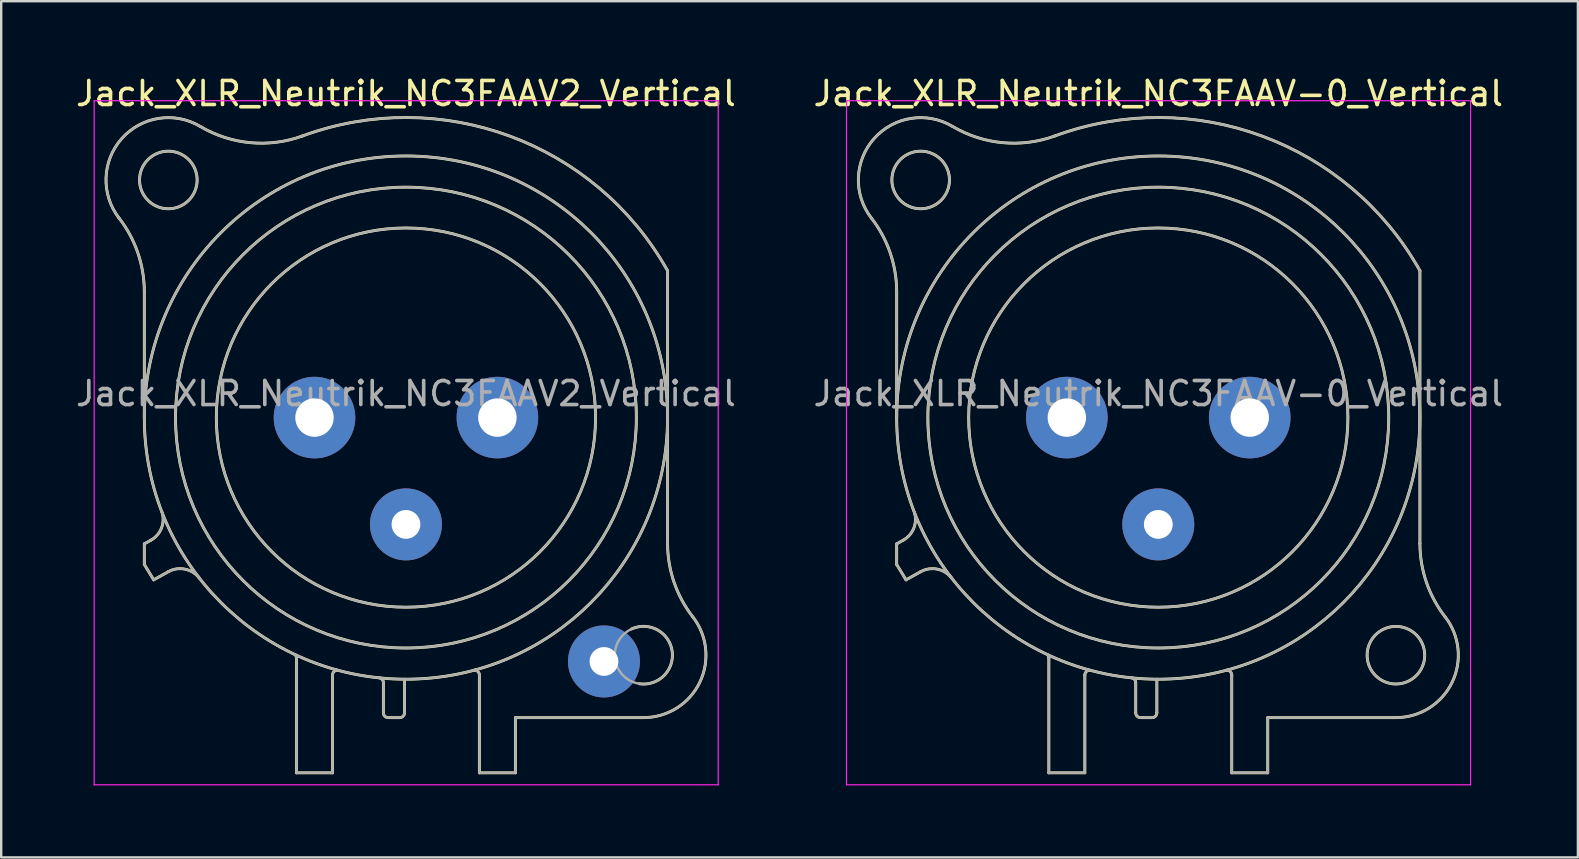
<source format=kicad_pcb>
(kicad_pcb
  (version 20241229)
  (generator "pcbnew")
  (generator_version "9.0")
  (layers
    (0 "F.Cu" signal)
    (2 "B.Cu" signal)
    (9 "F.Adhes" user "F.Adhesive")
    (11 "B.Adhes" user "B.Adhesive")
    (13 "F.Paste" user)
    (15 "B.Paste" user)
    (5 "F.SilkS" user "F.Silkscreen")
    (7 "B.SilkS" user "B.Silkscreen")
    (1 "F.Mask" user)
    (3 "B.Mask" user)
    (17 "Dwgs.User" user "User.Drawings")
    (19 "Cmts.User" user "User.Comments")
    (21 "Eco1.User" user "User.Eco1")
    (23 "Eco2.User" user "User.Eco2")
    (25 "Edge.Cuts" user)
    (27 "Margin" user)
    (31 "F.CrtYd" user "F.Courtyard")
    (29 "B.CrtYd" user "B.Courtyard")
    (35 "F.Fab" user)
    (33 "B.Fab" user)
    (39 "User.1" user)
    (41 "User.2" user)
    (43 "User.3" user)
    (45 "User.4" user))
  (footprint "Jack_XLR_Neutrik_NC3FAAV-0_Vertical"
    (layer "F.Cu")
    (at 49.018 14.348)
    (property "Reference" "Jack_XLR_Neutrik_NC3FAAV-0_Vertical" (at -3.81 -13.5 0) (layer "F.SilkS") (effects (font (size 1 1) (thickness 0.15))))
    (attr through_hole)
    (fp_line (start -14.71 0) (end -14.71 -5.24) (stroke (width 0.12) (type solid)) (layer "F.SilkS"))
    (fp_line (start -14.71 5.26) (end -14.44 5.11) (stroke (width 0.12) (type solid)) (layer "F.SilkS"))
    (fp_line (start -14.71 6.12) (end -14.71 5.26) (stroke (width 0.12) (type solid)) (layer "F.SilkS"))
    (fp_line (start -14.32 6.76) (end -14.71 6.12) (stroke (width 0.12) (type solid)) (layer "F.SilkS"))
    (fp_line (start -13.71 6.42) (end -14.32 6.76) (stroke (width 0.12) (type solid)) (layer "F.SilkS"))
    (fp_line (start -8.37 10.03) (end -8.37 14.8) (stroke (width 0.12) (type solid)) (layer "F.SilkS"))
    (fp_line (start -6.87 14.8) (end -8.37 14.8) (stroke (width 0.12) (type solid)) (layer "F.SilkS"))
    (fp_line (start -6.87 14.8) (end -6.87 10.73) (stroke (width 0.12) (type solid)) (layer "F.SilkS"))
    (fp_line (start -4.75 11.04) (end -4.75 12.3) (stroke (width 0.12) (type solid)) (layer "F.SilkS"))
    (fp_line (start -4.07 12.5) (end -4.55 12.5) (stroke (width 0.12) (type solid)) (layer "F.SilkS"))
    (fp_line (start -3.87 10.9) (end -3.87 12.3) (stroke (width 0.12) (type solid)) (layer "F.SilkS"))
    (fp_line (start -0.75 10.73) (end -0.75 10.73) (stroke (width 0.12) (type solid)) (layer "F.SilkS"))
    (fp_line (start -0.75 14.8) (end -0.75 10.73) (stroke (width 0.12) (type solid)) (layer "F.SilkS"))
    (fp_line (start 0.75 12.5) (end 6.09 12.5) (stroke (width 0.12) (type solid)) (layer "F.SilkS"))
    (fp_line (start 0.75 14.8) (end -0.75 14.8) (stroke (width 0.12) (type solid)) (layer "F.SilkS"))
    (fp_line (start 0.75 14.8) (end 0.75 12.5) (stroke (width 0.12) (type solid)) (layer "F.SilkS"))
    (fp_line (start 7.09 5.24) (end 7.09 -6.12) (stroke (width 0.12) (type solid)) (layer "F.SilkS"))
    (fp_arc (start -15.766689 -8.317569) (mid -14.98153 -6.866962) (end -14.71 -5.24) (stroke (width 0.12) (type solid)) (layer "F.SilkS"))
    (fp_arc (start -15.761979 -8.309032) (mid -15.65429 -11.620911) (end -12.38 -12.13) (stroke (width 0.12) (type solid)) (layer "F.SilkS"))
    (fp_arc (start -13.969214 3.951372) (mid -13.999461 4.614043) (end -14.44 5.11) (stroke (width 0.12) (type solid)) (layer "F.SilkS"))
    (fp_arc (start -13.71 6.42) (mid -13.01025 6.315915) (end -12.412202 6.693832) (stroke (width 0.12) (type solid)) (layer "F.SilkS"))
    (fp_arc (start -8.436364 9.870864) (mid -8.385177 9.942924) (end -8.37 10.03) (stroke (width 0.12) (type solid)) (layer "F.SilkS"))
    (fp_arc (start -8.12905 -11.730738) (mid 0.51404 -11.7289) (end 7.09 -6.12) (stroke (width 0.12) (type solid)) (layer "F.SilkS"))
    (fp_arc (start -8.118081 -11.733841) (mid -10.293498 -11.453642) (end -12.38 -12.13) (stroke (width 0.12) (type solid)) (layer "F.SilkS"))
    (fp_arc (start -6.87 10.73) (mid -6.814828 10.588126) (end -6.678303 10.520799) (stroke (width 0.12) (type solid)) (layer "F.SilkS"))
    (fp_arc (start -4.908418 10.84437) (mid -4.794571 10.914136) (end -4.75 11.04) (stroke (width 0.12) (type solid)) (layer "F.SilkS"))
    (fp_arc (start -4.55 12.5) (mid -4.691421 12.441421) (end -4.75 12.3) (stroke (width 0.12) (type solid)) (layer "F.SilkS"))
    (fp_arc (start -3.87 12.3) (mid -3.928579 12.441421) (end -4.07 12.5) (stroke (width 0.12) (type solid)) (layer "F.SilkS"))
    (fp_arc (start -0.949009 10.520288) (mid -0.807671 10.585446) (end -0.75 10.73) (stroke (width 0.12) (type solid)) (layer "F.SilkS"))
    (fp_arc (start 8.141619 8.302858) (mid 8.42587 11.041804) (end 6.09 12.5) (stroke (width 0.12) (type solid)) (layer "F.SilkS"))
    (fp_arc (start 8.14247 8.305283) (mid 7.360446 6.860467) (end 7.09 5.24) (stroke (width 0.12) (type solid)) (layer "F.SilkS"))
    (fp_circle (center -13.71 -9.9) (end -12.51 -9.9) (stroke (width 0.12) (type solid)) (fill no) (layer "F.SilkS"))
    (fp_circle (center -3.81 0) (end 4.09 0) (stroke (width 0.12) (type solid)) (fill no) (layer "F.SilkS"))
    (fp_circle (center -3.81 0) (end 5.79 0) (stroke (width 0.12) (type solid)) (fill no) (layer "F.SilkS"))
    (fp_circle (center -3.81 0) (end 7.09 0) (stroke (width 0.12) (type solid)) (fill no) (layer "F.SilkS"))
    (fp_circle (center 6.09 9.9) (end 7.29 9.9) (stroke (width 0.12) (type solid)) (fill no) (layer "F.SilkS"))
    (fp_line (start -16.8 -13.2) (end 9.2 -13.2) (stroke (width 0.05) (type solid)) (layer "F.CrtYd"))
    (fp_line (start -16.8 15.3) (end -16.8 -13.2) (stroke (width 0.05) (type solid)) (layer "F.CrtYd"))
    (fp_line (start 9.2 -13.2) (end 9.2 15.3) (stroke (width 0.05) (type solid)) (layer "F.CrtYd"))
    (fp_line (start 9.2 15.3) (end -16.8 15.3) (stroke (width 0.05) (type solid)) (layer "F.CrtYd"))
    (fp_line (start -14.71 0) (end -14.71 -5.24) (stroke (width 0.1) (type solid)) (layer "F.Fab"))
    (fp_line (start -14.71 5.26) (end -14.44 5.11) (stroke (width 0.1) (type solid)) (layer "F.Fab"))
    (fp_line (start -14.71 6.12) (end -14.71 5.26) (stroke (width 0.1) (type solid)) (layer "F.Fab"))
    (fp_line (start -14.32 6.76) (end -14.71 6.12) (stroke (width 0.1) (type solid)) (layer "F.Fab"))
    (fp_line (start -13.71 6.42) (end -14.32 6.76) (stroke (width 0.1) (type solid)) (layer "F.Fab"))
    (fp_line (start -8.37 10.03) (end -8.37 14.8) (stroke (width 0.1) (type solid)) (layer "F.Fab"))
    (fp_line (start -6.87 14.8) (end -8.37 14.8) (stroke (width 0.1) (type solid)) (layer "F.Fab"))
    (fp_line (start -6.87 14.8) (end -6.87 10.73) (stroke (width 0.1) (type solid)) (layer "F.Fab"))
    (fp_line (start -4.75 11.04) (end -4.75 12.3) (stroke (width 0.1) (type solid)) (layer "F.Fab"))
    (fp_line (start -4.07 12.5) (end -4.55 12.5) (stroke (width 0.1) (type solid)) (layer "F.Fab"))
    (fp_line (start -3.87 10.9) (end -3.87 12.3) (stroke (width 0.1) (type solid)) (layer "F.Fab"))
    (fp_line (start -0.75 10.73) (end -0.75 10.73) (stroke (width 0.1) (type solid)) (layer "F.Fab"))
    (fp_line (start -0.75 14.8) (end -0.75 10.73) (stroke (width 0.1) (type solid)) (layer "F.Fab"))
    (fp_line (start 0.75 12.5) (end 6.09 12.5) (stroke (width 0.1) (type solid)) (layer "F.Fab"))
    (fp_line (start 0.75 14.8) (end -0.75 14.8) (stroke (width 0.1) (type solid)) (layer "F.Fab"))
    (fp_line (start 0.75 14.8) (end 0.75 12.5) (stroke (width 0.1) (type solid)) (layer "F.Fab"))
    (fp_line (start 7.09 5.24) (end 7.09 -6.12) (stroke (width 0.1) (type solid)) (layer "F.Fab"))
    (fp_arc (start -15.766689 -8.317569) (mid -14.98153 -6.866962) (end -14.71 -5.24) (stroke (width 0.1) (type solid)) (layer "F.Fab"))
    (fp_arc (start -15.761979 -8.309032) (mid -15.65429 -11.620911) (end -12.38 -12.13) (stroke (width 0.1) (type solid)) (layer "F.Fab"))
    (fp_arc (start -13.969214 3.951372) (mid -13.999461 4.614043) (end -14.44 5.11) (stroke (width 0.1) (type solid)) (layer "F.Fab"))
    (fp_arc (start -13.71 6.42) (mid -13.01025 6.315915) (end -12.412202 6.693832) (stroke (width 0.1) (type solid)) (layer "F.Fab"))
    (fp_arc (start -8.436364 9.870864) (mid -8.385177 9.942924) (end -8.37 10.03) (stroke (width 0.1) (type solid)) (layer "F.Fab"))
    (fp_arc (start -8.12905 -11.730738) (mid 0.51404 -11.7289) (end 7.09 -6.12) (stroke (width 0.1) (type solid)) (layer "F.Fab"))
    (fp_arc (start -8.118081 -11.733841) (mid -10.293498 -11.453642) (end -12.38 -12.13) (stroke (width 0.1) (type solid)) (layer "F.Fab"))
    (fp_arc (start -6.87 10.73) (mid -6.814828 10.588126) (end -6.678303 10.520799) (stroke (width 0.1) (type solid)) (layer "F.Fab"))
    (fp_arc (start -4.908418 10.84437) (mid -4.794571 10.914136) (end -4.75 11.04) (stroke (width 0.1) (type solid)) (layer "F.Fab"))
    (fp_arc (start -4.55 12.5) (mid -4.691421 12.441421) (end -4.75 12.3) (stroke (width 0.1) (type solid)) (layer "F.Fab"))
    (fp_arc (start -3.87 12.3) (mid -3.928579 12.441421) (end -4.07 12.5) (stroke (width 0.1) (type solid)) (layer "F.Fab"))
    (fp_arc (start -0.949009 10.520288) (mid -0.807671 10.585446) (end -0.75 10.73) (stroke (width 0.1) (type solid)) (layer "F.Fab"))
    (fp_arc (start 8.141619 8.302858) (mid 8.42587 11.041804) (end 6.09 12.5) (stroke (width 0.1) (type solid)) (layer "F.Fab"))
    (fp_arc (start 8.14247 8.305283) (mid 7.360446 6.860467) (end 7.09 5.24) (stroke (width 0.1) (type solid)) (layer "F.Fab"))
    (fp_circle (center -13.71 -9.9) (end -12.51 -9.9) (stroke (width 0.1) (type solid)) (fill no) (layer "F.Fab"))
    (fp_circle (center -3.81 0) (end 4.09 0) (stroke (width 0.1) (type solid)) (fill no) (layer "F.Fab"))
    (fp_circle (center -3.81 0) (end 5.79 0) (stroke (width 0.1) (type solid)) (fill no) (layer "F.Fab"))
    (fp_circle (center -3.81 0) (end 7.09 0) (stroke (width 0.1) (type solid)) (fill no) (layer "F.Fab"))
    (fp_circle (center 6.09 9.9) (end 7.29 9.9) (stroke (width 0.1) (type solid)) (fill no) (layer "F.Fab"))
    (fp_text user "${REFERENCE}" (at -3.81 -1 0) (layer "F.Fab") (effects (font (size 1 1) (thickness 0.15))))
    (pad "1" thru_hole circle (at 0 0) (size 3.4 3.4) (drill 1.6) (layers "*.Cu" "*.Mask"))
    (pad "2" thru_hole circle (at -7.62 0) (size 3.4 3.4) (drill 1.6) (layers "*.Cu" "*.Mask"))
    (pad "3" thru_hole circle (at -3.81 4.45) (size 3 3) (drill 1.2) (layers "*.Cu" "*.Mask")))
  (footprint "Jack_XLR_Neutrik_NC3FAAV2_Vertical"
    (layer "F.Cu")
    (at 17.673 14.348)
    (property "Reference" "Jack_XLR_Neutrik_NC3FAAV2_Vertical" (at -3.81 -13.5 0) (layer "F.SilkS") (effects (font (size 1 1) (thickness 0.15))))
    (attr through_hole)
    (fp_line (start -14.71 0) (end -14.71 -5.24) (stroke (width 0.12) (type solid)) (layer "F.SilkS"))
    (fp_line (start -14.71 5.26) (end -14.44 5.11) (stroke (width 0.12) (type solid)) (layer "F.SilkS"))
    (fp_line (start -14.71 6.12) (end -14.71 5.26) (stroke (width 0.12) (type solid)) (layer "F.SilkS"))
    (fp_line (start -14.32 6.76) (end -14.71 6.12) (stroke (width 0.12) (type solid)) (layer "F.SilkS"))
    (fp_line (start -13.71 6.42) (end -14.32 6.76) (stroke (width 0.12) (type solid)) (layer "F.SilkS"))
    (fp_line (start -8.37 10.03) (end -8.37 14.8) (stroke (width 0.12) (type solid)) (layer "F.SilkS"))
    (fp_line (start -6.87 14.8) (end -8.37 14.8) (stroke (width 0.12) (type solid)) (layer "F.SilkS"))
    (fp_line (start -6.87 14.8) (end -6.87 10.73) (stroke (width 0.12) (type solid)) (layer "F.SilkS"))
    (fp_line (start -4.75 11.04) (end -4.75 12.3) (stroke (width 0.12) (type solid)) (layer "F.SilkS"))
    (fp_line (start -4.07 12.5) (end -4.55 12.5) (stroke (width 0.12) (type solid)) (layer "F.SilkS"))
    (fp_line (start -3.87 10.9) (end -3.87 12.3) (stroke (width 0.12) (type solid)) (layer "F.SilkS"))
    (fp_line (start -0.75 10.73) (end -0.75 10.73) (stroke (width 0.12) (type solid)) (layer "F.SilkS"))
    (fp_line (start -0.75 14.8) (end -0.75 10.73) (stroke (width 0.12) (type solid)) (layer "F.SilkS"))
    (fp_line (start 0.75 12.5) (end 6.09 12.5) (stroke (width 0.12) (type solid)) (layer "F.SilkS"))
    (fp_line (start 0.75 14.8) (end -0.75 14.8) (stroke (width 0.12) (type solid)) (layer "F.SilkS"))
    (fp_line (start 0.75 14.8) (end 0.75 12.5) (stroke (width 0.12) (type solid)) (layer "F.SilkS"))
    (fp_line (start 7.09 5.24) (end 7.09 -6.12) (stroke (width 0.12) (type solid)) (layer "F.SilkS"))
    (fp_arc (start -15.766689 -8.317569) (mid -14.98153 -6.866962) (end -14.71 -5.24) (stroke (width 0.12) (type solid)) (layer "F.SilkS"))
    (fp_arc (start -15.761979 -8.309032) (mid -15.65429 -11.620911) (end -12.38 -12.13) (stroke (width 0.12) (type solid)) (layer "F.SilkS"))
    (fp_arc (start -13.969214 3.951372) (mid -13.999461 4.614043) (end -14.44 5.11) (stroke (width 0.12) (type solid)) (layer "F.SilkS"))
    (fp_arc (start -13.71 6.42) (mid -13.01025 6.315915) (end -12.412202 6.693832) (stroke (width 0.12) (type solid)) (layer "F.SilkS"))
    (fp_arc (start -8.436364 9.870864) (mid -8.385177 9.942924) (end -8.37 10.03) (stroke (width 0.12) (type solid)) (layer "F.SilkS"))
    (fp_arc (start -8.12905 -11.730738) (mid 0.51404 -11.7289) (end 7.09 -6.12) (stroke (width 0.12) (type solid)) (layer "F.SilkS"))
    (fp_arc (start -8.118081 -11.733841) (mid -10.293498 -11.453642) (end -12.38 -12.13) (stroke (width 0.12) (type solid)) (layer "F.SilkS"))
    (fp_arc (start -6.87 10.73) (mid -6.814828 10.588126) (end -6.678303 10.520799) (stroke (width 0.12) (type solid)) (layer "F.SilkS"))
    (fp_arc (start -4.908418 10.84437) (mid -4.794571 10.914136) (end -4.75 11.04) (stroke (width 0.12) (type solid)) (layer "F.SilkS"))
    (fp_arc (start -4.55 12.5) (mid -4.691421 12.441421) (end -4.75 12.3) (stroke (width 0.12) (type solid)) (layer "F.SilkS"))
    (fp_arc (start -3.87 12.3) (mid -3.928579 12.441421) (end -4.07 12.5) (stroke (width 0.12) (type solid)) (layer "F.SilkS"))
    (fp_arc (start -0.949009 10.520288) (mid -0.807671 10.585446) (end -0.75 10.73) (stroke (width 0.12) (type solid)) (layer "F.SilkS"))
    (fp_arc (start 5.584454 8.809393) (mid 7.279278 9.725021) (end 5.92 11.09) (stroke (width 0.12) (type solid)) (layer "F.SilkS"))
    (fp_arc (start 8.141619 8.302858) (mid 8.42587 11.041804) (end 6.09 12.5) (stroke (width 0.12) (type solid)) (layer "F.SilkS"))
    (fp_arc (start 8.14247 8.305283) (mid 7.360446 6.860467) (end 7.09 5.24) (stroke (width 0.12) (type solid)) (layer "F.SilkS"))
    (fp_circle (center -13.71 -9.9) (end -12.51 -9.9) (stroke (width 0.12) (type solid)) (fill no) (layer "F.SilkS"))
    (fp_circle (center -3.81 0) (end 4.09 0) (stroke (width 0.12) (type solid)) (fill no) (layer "F.SilkS"))
    (fp_circle (center -3.81 0) (end 5.79 0) (stroke (width 0.12) (type solid)) (fill no) (layer "F.SilkS"))
    (fp_circle (center -3.81 0) (end 7.09 0) (stroke (width 0.12) (type solid)) (fill no) (layer "F.SilkS"))
    (fp_line (start -16.8 -13.2) (end 9.2 -13.2) (stroke (width 0.05) (type solid)) (layer "F.CrtYd"))
    (fp_line (start -16.8 15.3) (end -16.8 -13.2) (stroke (width 0.05) (type solid)) (layer "F.CrtYd"))
    (fp_line (start 9.2 -13.2) (end 9.2 15.3) (stroke (width 0.05) (type solid)) (layer "F.CrtYd"))
    (fp_line (start 9.2 15.3) (end -16.8 15.3) (stroke (width 0.05) (type solid)) (layer "F.CrtYd"))
    (fp_line (start -14.71 0) (end -14.71 -5.24) (stroke (width 0.1) (type solid)) (layer "F.Fab"))
    (fp_line (start -14.71 5.26) (end -14.44 5.11) (stroke (width 0.1) (type solid)) (layer "F.Fab"))
    (fp_line (start -14.71 6.12) (end -14.71 5.26) (stroke (width 0.1) (type solid)) (layer "F.Fab"))
    (fp_line (start -14.32 6.76) (end -14.71 6.12) (stroke (width 0.1) (type solid)) (layer "F.Fab"))
    (fp_line (start -13.71 6.42) (end -14.32 6.76) (stroke (width 0.1) (type solid)) (layer "F.Fab"))
    (fp_line (start -8.37 10.03) (end -8.37 14.8) (stroke (width 0.1) (type solid)) (layer "F.Fab"))
    (fp_line (start -6.87 14.8) (end -8.37 14.8) (stroke (width 0.1) (type solid)) (layer "F.Fab"))
    (fp_line (start -6.87 14.8) (end -6.87 10.73) (stroke (width 0.1) (type solid)) (layer "F.Fab"))
    (fp_line (start -4.75 11.04) (end -4.75 12.3) (stroke (width 0.1) (type solid)) (layer "F.Fab"))
    (fp_line (start -4.07 12.5) (end -4.55 12.5) (stroke (width 0.1) (type solid)) (layer "F.Fab"))
    (fp_line (start -3.87 10.9) (end -3.87 12.3) (stroke (width 0.1) (type solid)) (layer "F.Fab"))
    (fp_line (start -0.75 10.73) (end -0.75 10.73) (stroke (width 0.1) (type solid)) (layer "F.Fab"))
    (fp_line (start -0.75 14.8) (end -0.75 10.73) (stroke (width 0.1) (type solid)) (layer "F.Fab"))
    (fp_line (start 0.75 12.5) (end 6.09 12.5) (stroke (width 0.1) (type solid)) (layer "F.Fab"))
    (fp_line (start 0.75 14.8) (end -0.75 14.8) (stroke (width 0.1) (type solid)) (layer "F.Fab"))
    (fp_line (start 0.75 14.8) (end 0.75 12.5) (stroke (width 0.1) (type solid)) (layer "F.Fab"))
    (fp_line (start 7.09 5.24) (end 7.09 -6.12) (stroke (width 0.1) (type solid)) (layer "F.Fab"))
    (fp_arc (start -15.766689 -8.317569) (mid -14.98153 -6.866962) (end -14.71 -5.24) (stroke (width 0.1) (type solid)) (layer "F.Fab"))
    (fp_arc (start -15.761979 -8.309032) (mid -15.65429 -11.620911) (end -12.38 -12.13) (stroke (width 0.1) (type solid)) (layer "F.Fab"))
    (fp_arc (start -13.969214 3.951372) (mid -13.999461 4.614043) (end -14.44 5.11) (stroke (width 0.1) (type solid)) (layer "F.Fab"))
    (fp_arc (start -13.71 6.42) (mid -13.01025 6.315915) (end -12.412202 6.693832) (stroke (width 0.1) (type solid)) (layer "F.Fab"))
    (fp_arc (start -8.436364 9.870864) (mid -8.385177 9.942924) (end -8.37 10.03) (stroke (width 0.1) (type solid)) (layer "F.Fab"))
    (fp_arc (start -8.12905 -11.730738) (mid 0.51404 -11.7289) (end 7.09 -6.12) (stroke (width 0.1) (type solid)) (layer "F.Fab"))
    (fp_arc (start -8.118081 -11.733841) (mid -10.293498 -11.453642) (end -12.38 -12.13) (stroke (width 0.1) (type solid)) (layer "F.Fab"))
    (fp_arc (start -6.87 10.73) (mid -6.814828 10.588126) (end -6.678303 10.520799) (stroke (width 0.1) (type solid)) (layer "F.Fab"))
    (fp_arc (start -4.908418 10.84437) (mid -4.794571 10.914136) (end -4.75 11.04) (stroke (width 0.1) (type solid)) (layer "F.Fab"))
    (fp_arc (start -4.55 12.5) (mid -4.691421 12.441421) (end -4.75 12.3) (stroke (width 0.1) (type solid)) (layer "F.Fab"))
    (fp_arc (start -3.87 12.3) (mid -3.928579 12.441421) (end -4.07 12.5) (stroke (width 0.1) (type solid)) (layer "F.Fab"))
    (fp_arc (start -0.949009 10.520288) (mid -0.807671 10.585446) (end -0.75 10.73) (stroke (width 0.1) (type solid)) (layer "F.Fab"))
    (fp_arc (start 8.141619 8.302858) (mid 8.42587 11.041804) (end 6.09 12.5) (stroke (width 0.1) (type solid)) (layer "F.Fab"))
    (fp_arc (start 8.14247 8.305283) (mid 7.360446 6.860467) (end 7.09 5.24) (stroke (width 0.1) (type solid)) (layer "F.Fab"))
    (fp_circle (center -13.71 -9.9) (end -12.51 -9.9) (stroke (width 0.1) (type solid)) (fill no) (layer "F.Fab"))
    (fp_circle (center -3.81 0) (end 4.09 0) (stroke (width 0.1) (type solid)) (fill no) (layer "F.Fab"))
    (fp_circle (center -3.81 0) (end 5.79 0) (stroke (width 0.1) (type solid)) (fill no) (layer "F.Fab"))
    (fp_circle (center -3.81 0) (end 7.09 0) (stroke (width 0.1) (type solid)) (fill no) (layer "F.Fab"))
    (fp_circle (center 6.09 9.9) (end 7.29 9.9) (stroke (width 0.1) (type solid)) (fill no) (layer "F.Fab"))
    (fp_text user "${REFERENCE}" (at -3.81 -1 0) (layer "F.Fab") (effects (font (size 1 1) (thickness 0.15))))
    (pad "1" thru_hole circle (at 0 0) (size 3.4 3.4) (drill 1.6) (layers "*.Cu" "*.Mask"))
    (pad "2" thru_hole circle (at -7.62 0) (size 3.4 3.4) (drill 1.6) (layers "*.Cu" "*.Mask"))
    (pad "3" thru_hole circle (at -3.81 4.45) (size 3 3) (drill 1.2) (layers "*.Cu" "*.Mask"))
    (pad "G" thru_hole circle (at 4.44 10.16) (size 3 3) (drill 1.2) (layers "*.Cu" "*.Mask")))
  (gr_rect
    (start -3 -3)
    (end 62.69 32.673)
    (stroke (width 0.1) (type default))
    (fill no)
    (layer "Edge.Cuts")))
</source>
